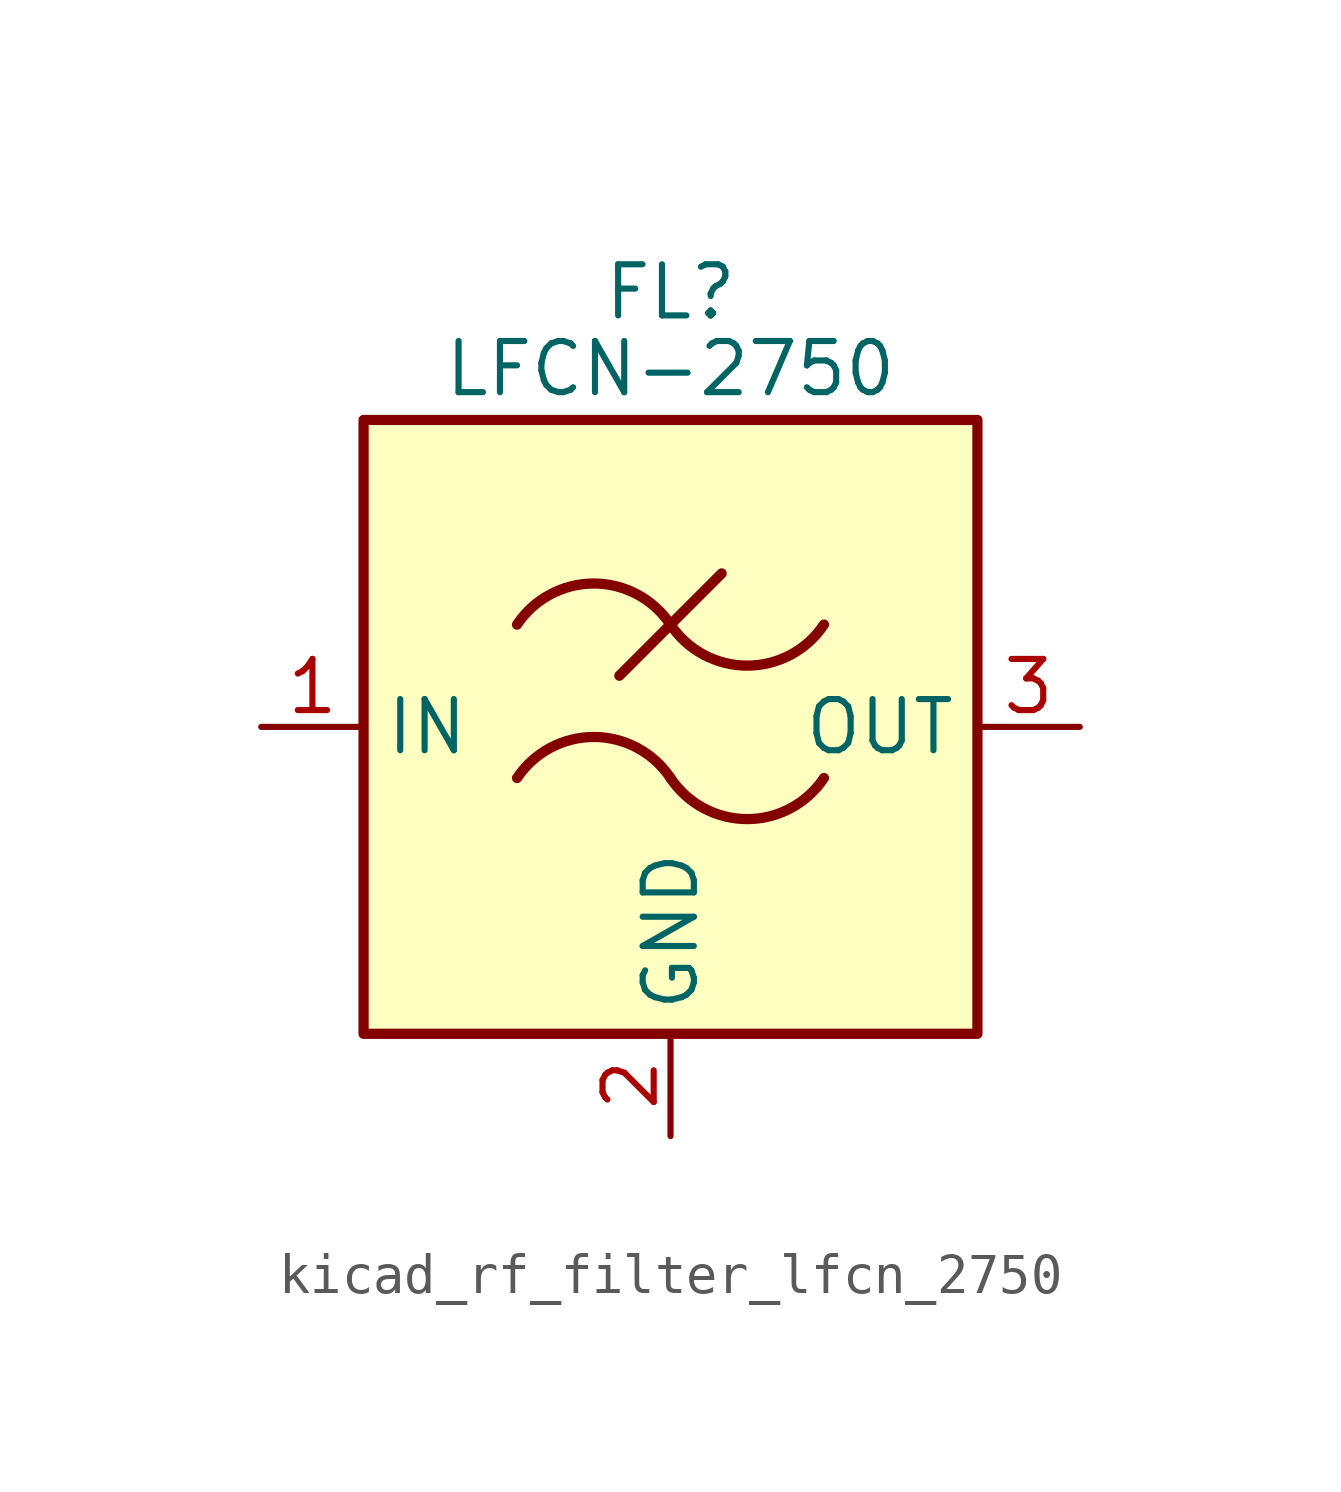
<source format=kicad_sym>
(kicad_symbol_lib
  (version 20220914)
  (generator kicad_symbol_editor)
  (symbol "kicad_rf_filter_lfcn_2750"
    (property "Reference" "FL"
      (at 0 10.795 0)
      (effects (font (size 1.27 1.27))))
    (property "Value" "LFCN-2750"
      (at 0 8.89 0)
      (effects (font (size 1.27 1.27))))
    (symbol "kicad_rf_filter_lfcn_2750_0_1"
      (rectangle (start -7.62 7.62) (end 7.62 -7.62) (stroke (width 0.254) (type default)) (fill (type background)))
      (arc (start 0 -1.27) (mid -1.905 -0.2505) (end -3.81 -1.27) (stroke (width 0.254) (type default)) (fill (type none)))
      (arc (start 0 -1.27) (mid 1.905 -2.2895) (end 3.81 -1.27) (stroke (width 0.254) (type default)) (fill (type none)))
      (polyline (pts (xy -1.27 1.27) (xy 1.27 3.81)) (stroke (width 0.254) (type default)) (fill (type none)))
      (arc (start 0 2.54) (mid -1.905 3.5595) (end -3.81 2.54) (stroke (width 0.254) (type default)) (fill (type none)))
      (arc (start 0 2.54) (mid 1.905 1.5205) (end 3.81 2.54) (stroke (width 0.254) (type default)) (fill (type none))))
    (symbol "kicad_rf_filter_lfcn_2750_1_1"
      (pin passive line (at -10.16 0 0) (length 2.54) (name "IN" (effects (font (size 1.27 1.27)))) (number "1" (effects (font (size 1.27 1.27)))))
      (pin passive line (at 0 -10.16 90) (length 2.54) (name "GND" (effects (font (size 1.27 1.27)))) (number "2" (effects (font (size 1.27 1.27)))))
      (pin passive line (at 10.16 0 180) (length 2.54) (name "OUT" (effects (font (size 1.27 1.27)))) (number "3" (effects (font (size 1.27 1.27)))))
      (pin passive line (at 0 -10.16 90) (length 2.54) hide (name "GND" (effects (font (size 1.27 1.27)))) (number "4" (effects (font (size 1.27 1.27))))))))
</source>
